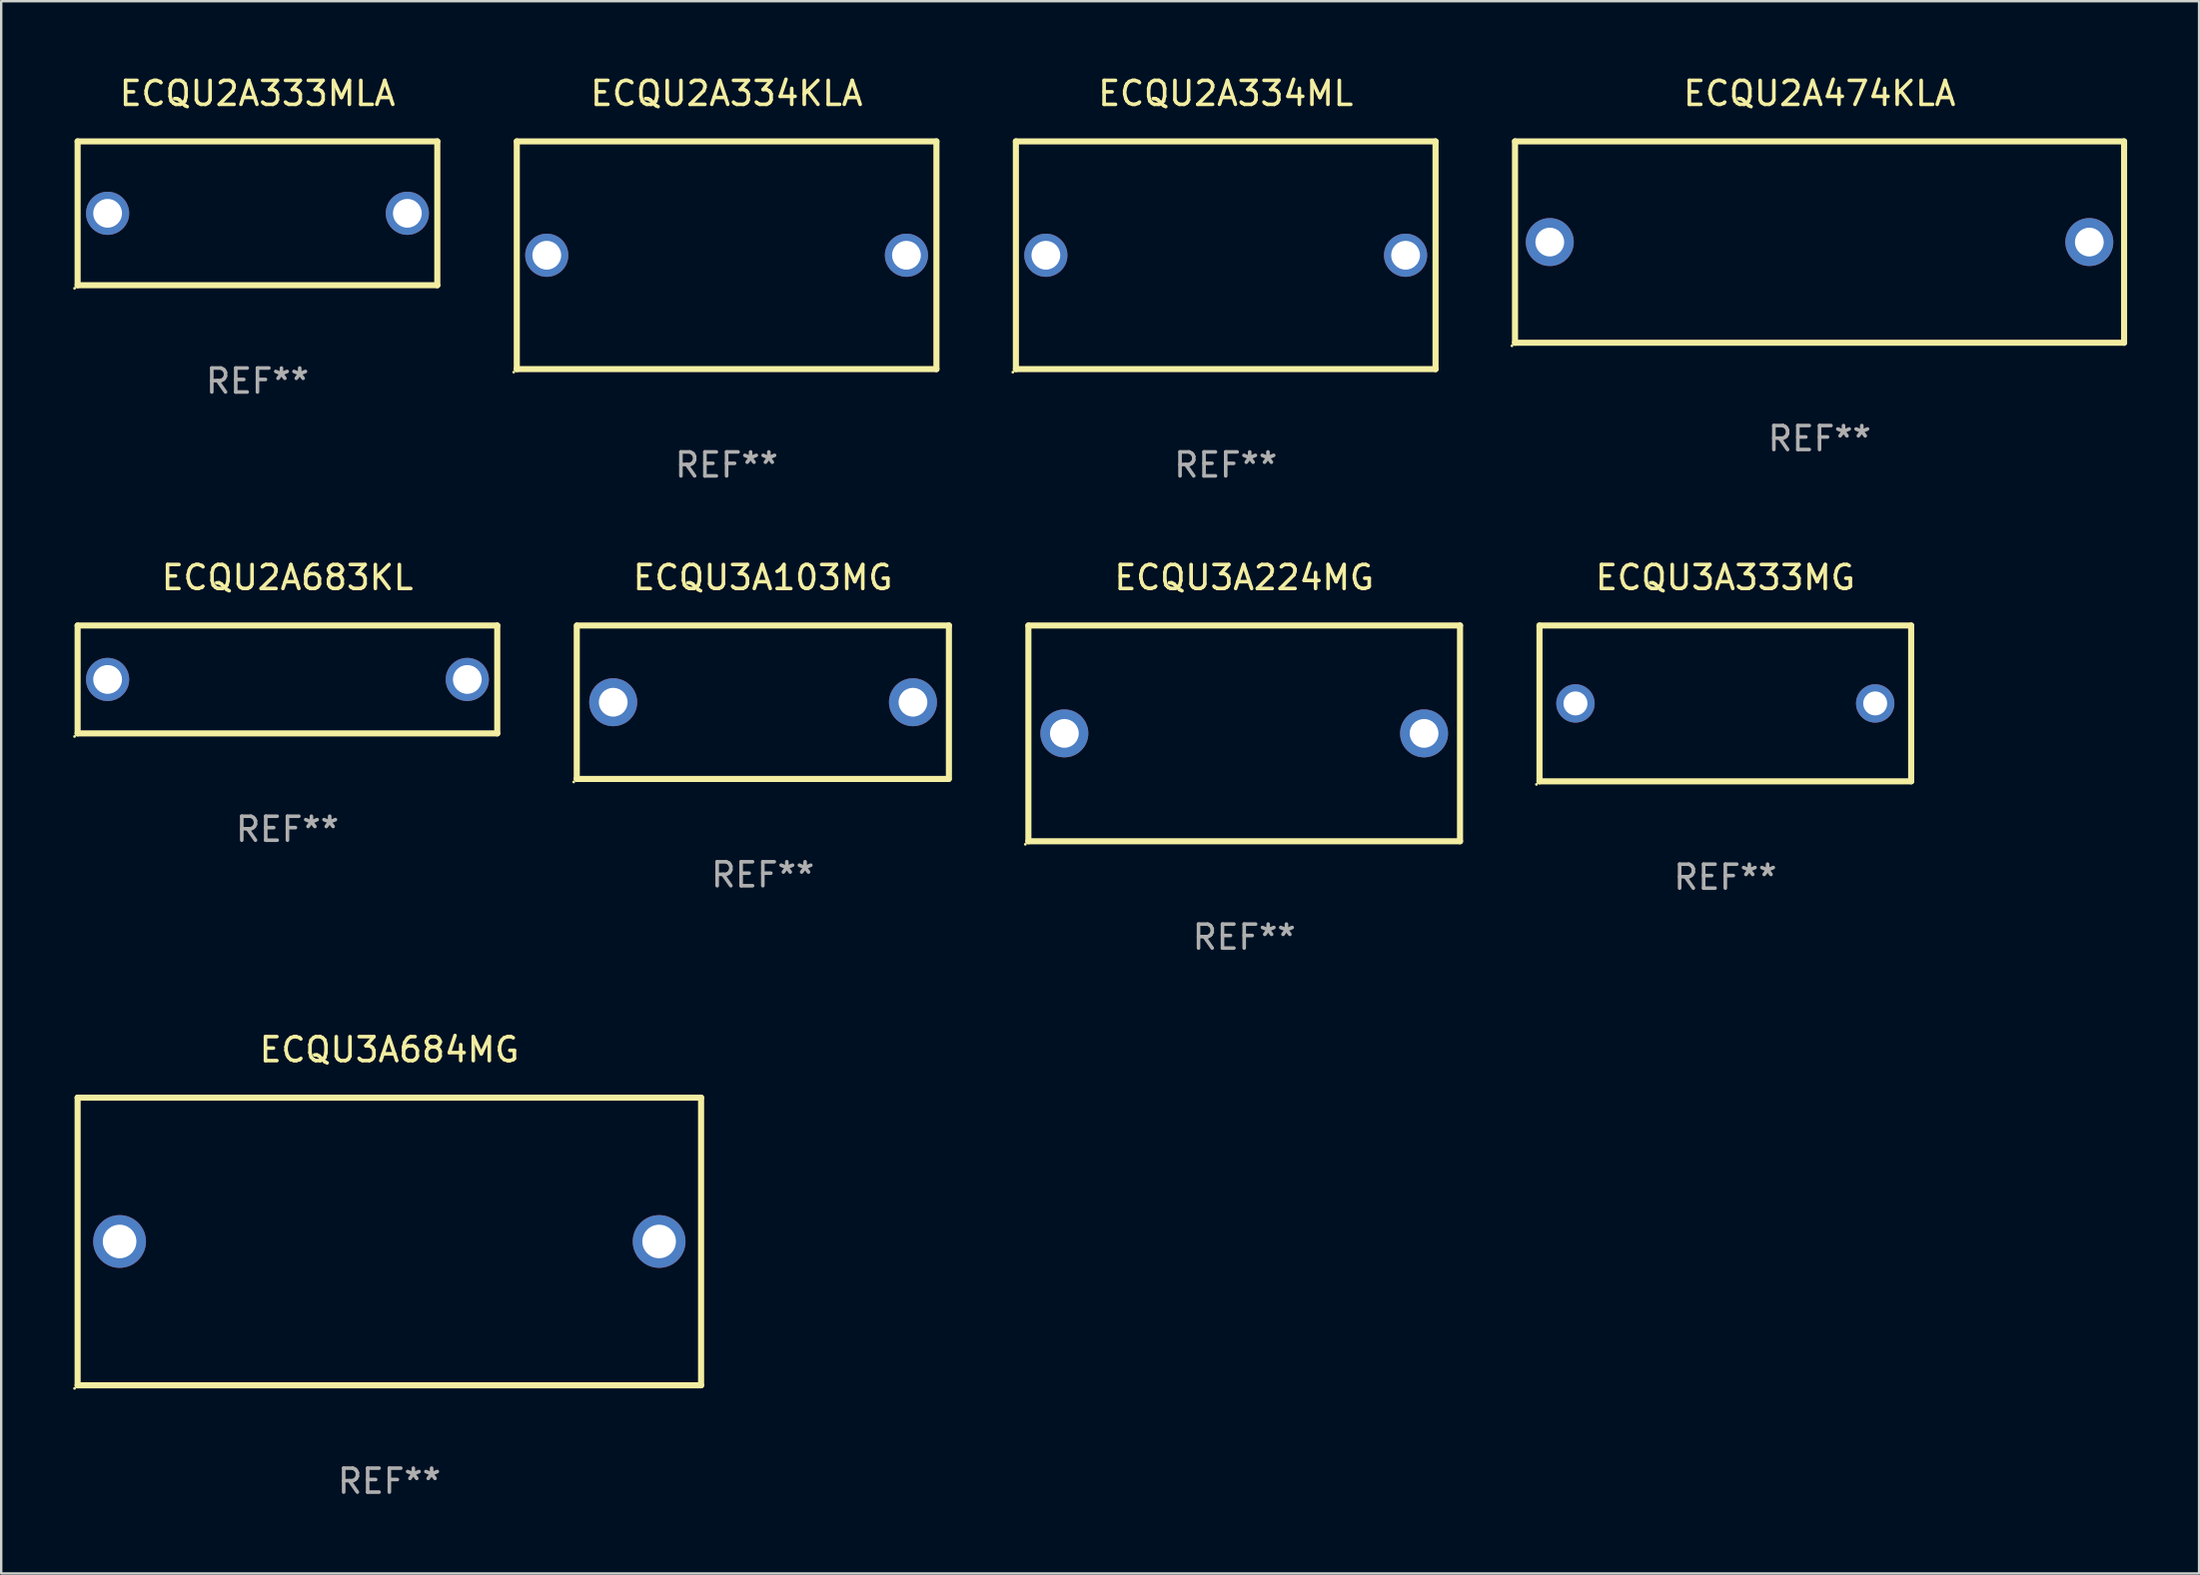
<source format=kicad_pcb>
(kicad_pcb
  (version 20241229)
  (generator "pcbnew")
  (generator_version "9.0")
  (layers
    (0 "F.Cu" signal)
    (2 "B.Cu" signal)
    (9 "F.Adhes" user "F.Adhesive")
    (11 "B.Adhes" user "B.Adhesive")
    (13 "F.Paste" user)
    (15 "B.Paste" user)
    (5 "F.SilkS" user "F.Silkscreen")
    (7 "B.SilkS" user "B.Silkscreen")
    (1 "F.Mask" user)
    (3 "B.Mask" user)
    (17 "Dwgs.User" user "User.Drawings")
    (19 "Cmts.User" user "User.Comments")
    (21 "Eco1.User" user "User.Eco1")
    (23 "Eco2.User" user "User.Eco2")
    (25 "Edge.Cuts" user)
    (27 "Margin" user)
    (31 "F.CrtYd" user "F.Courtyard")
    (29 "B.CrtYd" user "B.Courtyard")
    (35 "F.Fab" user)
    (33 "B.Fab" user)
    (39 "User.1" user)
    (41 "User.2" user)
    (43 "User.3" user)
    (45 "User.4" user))
  (footprint "ECQU2A683KL"
    (layer "F.Cu")
    (at 8.937 25.295)
    (property "Reference" "ECQU2A683KL" (at 0 -4.25 0) (layer "F.SilkS") (effects (font (size 1 1) (thickness 0.15))))
    (attr through_hole)
    (fp_line (start -8.75 -2.25) (end 8.75 -2.25) (stroke (width 0.254) (type solid)) (layer "F.SilkS"))
    (fp_line (start -8.75 2.25) (end -8.75 -2.25) (stroke (width 0.254) (type solid)) (layer "F.SilkS"))
    (fp_line (start 8.75 -2.25) (end 8.75 2.25) (stroke (width 0.254) (type solid)) (layer "F.SilkS"))
    (fp_line (start 8.75 2.25) (end -8.75 2.25) (stroke (width 0.254) (type solid)) (layer "F.SilkS"))
    (fp_circle (center -8.877 2.377) (end -8.847 2.377) (stroke (width 0.06) (type solid)) (fill no) (layer "F.SilkS"))
    (fp_text user "REF**" (at 0 6.25 0) (layer "F.Fab") (effects (font (size 1 1) (thickness 0.15))))
    (pad "1" thru_hole circle (at -7.5 0) (size 1.8 1.8) (drill 1.2) (layers "*.Cu" "*.Mask"))
    (pad "2" thru_hole circle (at 7.5 0) (size 1.8 1.8) (drill 1.2) (layers "*.Cu" "*.Mask")))
  (footprint "ECQU2A334ML"
    (layer "F.Cu")
    (at 48.065 7.598)
    (property "Reference" "ECQU2A334ML" (at 0 -6.75 0) (layer "F.SilkS") (effects (font (size 1 1) (thickness 0.15))))
    (attr through_hole)
    (fp_line (start -8.75 4.75) (end -8.75 -4.75) (stroke (width 0.254) (type solid)) (layer "F.SilkS"))
    (fp_line (start -8.75 -4.75) (end 8.75 -4.75) (stroke (width 0.254) (type solid)) (layer "F.SilkS"))
    (fp_line (start 8.75 4.75) (end -8.75 4.75) (stroke (width 0.254) (type solid)) (layer "F.SilkS"))
    (fp_line (start 8.75 -4.75) (end 8.75 4.75) (stroke (width 0.254) (type solid)) (layer "F.SilkS"))
    (fp_circle (center -8.877 4.877) (end -8.847 4.877) (stroke (width 0.06) (type solid)) (fill no) (layer "F.SilkS"))
    (fp_text user "REF**" (at 0 8.75 0) (layer "F.Fab") (effects (font (size 1 1) (thickness 0.15))))
    (pad "1" thru_hole circle (at -7.5 0) (size 1.8 1.8) (drill 1.2) (layers "*.Cu" "*.Mask"))
    (pad "2" thru_hole circle (at 7.5 0) (size 1.8 1.8) (drill 1.2) (layers "*.Cu" "*.Mask")))
  (footprint "ECQU3A333MG"
    (layer "F.Cu")
    (at 68.9 26.295)
    (property "Reference" "ECQU3A333MG" (at 0 -5.25 0) (layer "F.SilkS") (effects (font (size 1 1) (thickness 0.15))))
    (attr through_hole)
    (fp_line (start -7.75 -3.25) (end 7.75 -3.25) (stroke (width 0.254) (type solid)) (layer "F.SilkS"))
    (fp_line (start -7.75 3.25) (end -7.75 -3.25) (stroke (width 0.254) (type solid)) (layer "F.SilkS"))
    (fp_line (start 7.75 -3.25) (end 7.75 3.25) (stroke (width 0.254) (type solid)) (layer "F.SilkS"))
    (fp_line (start 7.75 3.25) (end -7.75 3.25) (stroke (width 0.254) (type solid)) (layer "F.SilkS"))
    (fp_circle (center -7.877 3.377) (end -7.847 3.377) (stroke (width 0.06) (type solid)) (fill no) (layer "F.SilkS"))
    (fp_text user "REF**" (at 0 7.25 0) (layer "F.Fab") (effects (font (size 1 1) (thickness 0.15))))
    (pad "1" thru_hole circle (at -6.25 -0.000013) (size 1.6 1.6) (drill 1) (layers "*.Cu" "*.Mask"))
    (pad "2" thru_hole circle (at 6.25 -0.000013) (size 1.6 1.6) (drill 1) (layers "*.Cu" "*.Mask")))
  (footprint "ECQU3A224MG"
    (layer "F.Cu")
    (at 48.836 27.545)
    (property "Reference" "ECQU3A224MG" (at 0 -6.5 0) (layer "F.SilkS") (effects (font (size 1 1) (thickness 0.15))))
    (attr through_hole)
    (fp_line (start -9 -4.5) (end 9 -4.5) (stroke (width 0.254) (type solid)) (layer "F.SilkS"))
    (fp_line (start -9 4.5) (end -9 -4.5) (stroke (width 0.254) (type solid)) (layer "F.SilkS"))
    (fp_line (start 9 -4.5) (end 9 4.5) (stroke (width 0.254) (type solid)) (layer "F.SilkS"))
    (fp_line (start 9 4.5) (end -9 4.5) (stroke (width 0.254) (type solid)) (layer "F.SilkS"))
    (fp_circle (center -9.127 4.627) (end -9.097 4.627) (stroke (width 0.06) (type solid)) (fill no) (layer "F.SilkS"))
    (fp_text user "REF**" (at 0 8.5 0) (layer "F.Fab") (effects (font (size 1 1) (thickness 0.15))))
    (pad "1" thru_hole circle (at -7.5 -0.000127) (size 2 2) (drill 1.2) (layers "*.Cu" "*.Mask"))
    (pad "2" thru_hole circle (at 7.5 -0.000127) (size 2 2) (drill 1.2) (layers "*.Cu" "*.Mask")))
  (footprint "ECQU2A474KLA"
    (layer "F.Cu")
    (at 72.829 7.048)
    (property "Reference" "ECQU2A474KLA" (at 0 -6.2 0) (layer "F.SilkS") (effects (font (size 1 1) (thickness 0.15))))
    (attr through_hole)
    (fp_line (start -12.7 -4.2) (end 12.7 -4.2) (stroke (width 0.254) (type solid)) (layer "F.SilkS"))
    (fp_line (start -12.7 4.2) (end -12.7 -4.2) (stroke (width 0.254) (type solid)) (layer "F.SilkS"))
    (fp_line (start 12.7 4.2) (end -12.7 4.2) (stroke (width 0.254) (type solid)) (layer "F.SilkS"))
    (fp_line (start 12.7 4.2) (end 12.7 -4.2) (stroke (width 0.254) (type solid)) (layer "F.SilkS"))
    (fp_circle (center -12.827 4.327) (end -12.797 4.327) (stroke (width 0.06) (type solid)) (fill no) (layer "F.SilkS"))
    (fp_text user "REF**" (at 0 8.2 0) (layer "F.Fab") (effects (font (size 1 1) (thickness 0.15))))
    (pad "1" thru_hole circle (at -11.25 0) (size 2 2) (drill 1.2) (layers "*.Cu" "*.Mask"))
    (pad "2" thru_hole circle (at 11.25 0) (size 2 2) (drill 1.2) (layers "*.Cu" "*.Mask")))
  (footprint "ECQU2A333MLA"
    (layer "F.Cu")
    (at 7.687 5.848)
    (property "Reference" "ECQU2A333MLA" (at 0 -5 0) (layer "F.SilkS") (effects (font (size 1 1) (thickness 0.15))))
    (attr through_hole)
    (fp_line (start -7.5 -3) (end 7.5 -3) (stroke (width 0.254) (type solid)) (layer "F.SilkS"))
    (fp_line (start -7.5 3) (end -7.5 -3) (stroke (width 0.254) (type solid)) (layer "F.SilkS"))
    (fp_line (start 7.5 -3) (end 7.5 3) (stroke (width 0.254) (type solid)) (layer "F.SilkS"))
    (fp_line (start 7.5 3) (end -7.5 3) (stroke (width 0.254) (type solid)) (layer "F.SilkS"))
    (fp_circle (center -7.627 3.127) (end -7.597 3.127) (stroke (width 0.06) (type solid)) (fill no) (layer "F.SilkS"))
    (fp_text user "REF**" (at 0 7 0) (layer "F.Fab") (effects (font (size 1 1) (thickness 0.15))))
    (pad "1" thru_hole circle (at -6.25 0) (size 1.8 1.8) (drill 1.2) (layers "*.Cu" "*.Mask"))
    (pad "2" thru_hole circle (at 6.25 0) (size 1.8 1.8) (drill 1.2) (layers "*.Cu" "*.Mask")))
  (footprint "ECQU3A103MG"
    (layer "F.Cu")
    (at 28.762 26.245)
    (property "Reference" "ECQU3A103MG" (at 0 -5.2 0) (layer "F.SilkS") (effects (font (size 1 1) (thickness 0.15))))
    (attr through_hole)
    (fp_line (start -7.76 3.2) (end -7.76 -3.2) (stroke (width 0.254) (type solid)) (layer "F.SilkS"))
    (fp_line (start -7.74 -3.2) (end 7.76 -3.2) (stroke (width 0.254) (type solid)) (layer "F.SilkS"))
    (fp_line (start 7.74 3.2) (end -7.76 3.2) (stroke (width 0.254) (type solid)) (layer "F.SilkS"))
    (fp_line (start 7.76 -3.2) (end 7.76 3.2) (stroke (width 0.254) (type solid)) (layer "F.SilkS"))
    (fp_circle (center -7.887 3.327) (end -7.857 3.327) (stroke (width 0.06) (type solid)) (fill no) (layer "F.SilkS"))
    (fp_text user "REF**" (at 0 7.2 0) (layer "F.Fab") (effects (font (size 1 1) (thickness 0.15))))
    (pad "1" thru_hole circle (at -6.24 0) (size 2 2) (drill 1.2) (layers "*.Cu" "*.Mask"))
    (pad "2" thru_hole circle (at 6.26 0) (size 2 2) (drill 1.2) (layers "*.Cu" "*.Mask")))
  (footprint "ECQU2A334KLA"
    (layer "F.Cu")
    (at 27.251 7.598)
    (property "Reference" "ECQU2A334KLA" (at 0 -6.75 0) (layer "F.SilkS") (effects (font (size 1 1) (thickness 0.15))))
    (attr through_hole)
    (fp_line (start -8.75 4.75) (end -8.75 -4.75) (stroke (width 0.254) (type solid)) (layer "F.SilkS"))
    (fp_line (start -8.75 -4.75) (end 8.75 -4.75) (stroke (width 0.254) (type solid)) (layer "F.SilkS"))
    (fp_line (start 8.75 4.75) (end -8.75 4.75) (stroke (width 0.254) (type solid)) (layer "F.SilkS"))
    (fp_line (start 8.75 -4.75) (end 8.75 4.75) (stroke (width 0.254) (type solid)) (layer "F.SilkS"))
    (fp_circle (center -8.877 4.877) (end -8.847 4.877) (stroke (width 0.06) (type solid)) (fill no) (layer "F.SilkS"))
    (fp_text user "REF**" (at 0 8.75 0) (layer "F.Fab") (effects (font (size 1 1) (thickness 0.15))))
    (pad "1" thru_hole circle (at -7.5 0) (size 1.8 1.8) (drill 1.2) (layers "*.Cu" "*.Mask"))
    (pad "2" thru_hole circle (at 7.5 0) (size 1.8 1.8) (drill 1.2) (layers "*.Cu" "*.Mask")))
  (footprint "ECQU3A684MG"
    (layer "F.Cu")
    (at 13.187 48.741)
    (property "Reference" "ECQU3A684MG" (at 0 -8 0) (layer "F.SilkS") (effects (font (size 1 1) (thickness 0.15))))
    (attr through_hole)
    (fp_line (start -13 -6) (end 13 -6) (stroke (width 0.254) (type solid)) (layer "F.SilkS"))
    (fp_line (start -13 6) (end -13 -6) (stroke (width 0.254) (type solid)) (layer "F.SilkS"))
    (fp_line (start 13 -6) (end 13 6) (stroke (width 0.254) (type solid)) (layer "F.SilkS"))
    (fp_line (start 13 6) (end -13 6) (stroke (width 0.254) (type solid)) (layer "F.SilkS"))
    (fp_circle (center -13.127 6.127) (end -13.097 6.127) (stroke (width 0.06) (type solid)) (fill no) (layer "F.SilkS"))
    (fp_text user "REF**" (at 0 10 0) (layer "F.Fab") (effects (font (size 1 1) (thickness 0.15))))
    (pad "1" thru_hole circle (at -11.25 0) (size 2.2 2.2) (drill 1.4) (layers "*.Cu" "*.Mask"))
    (pad "2" thru_hole circle (at 11.25 0) (size 2.2 2.2) (drill 1.4) (layers "*.Cu" "*.Mask")))
  (gr_rect
    (start -3 -3)
    (end 88.656 62.59)
    (stroke (width 0.1) (type default))
    (fill no)
    (layer "Edge.Cuts")))
</source>
